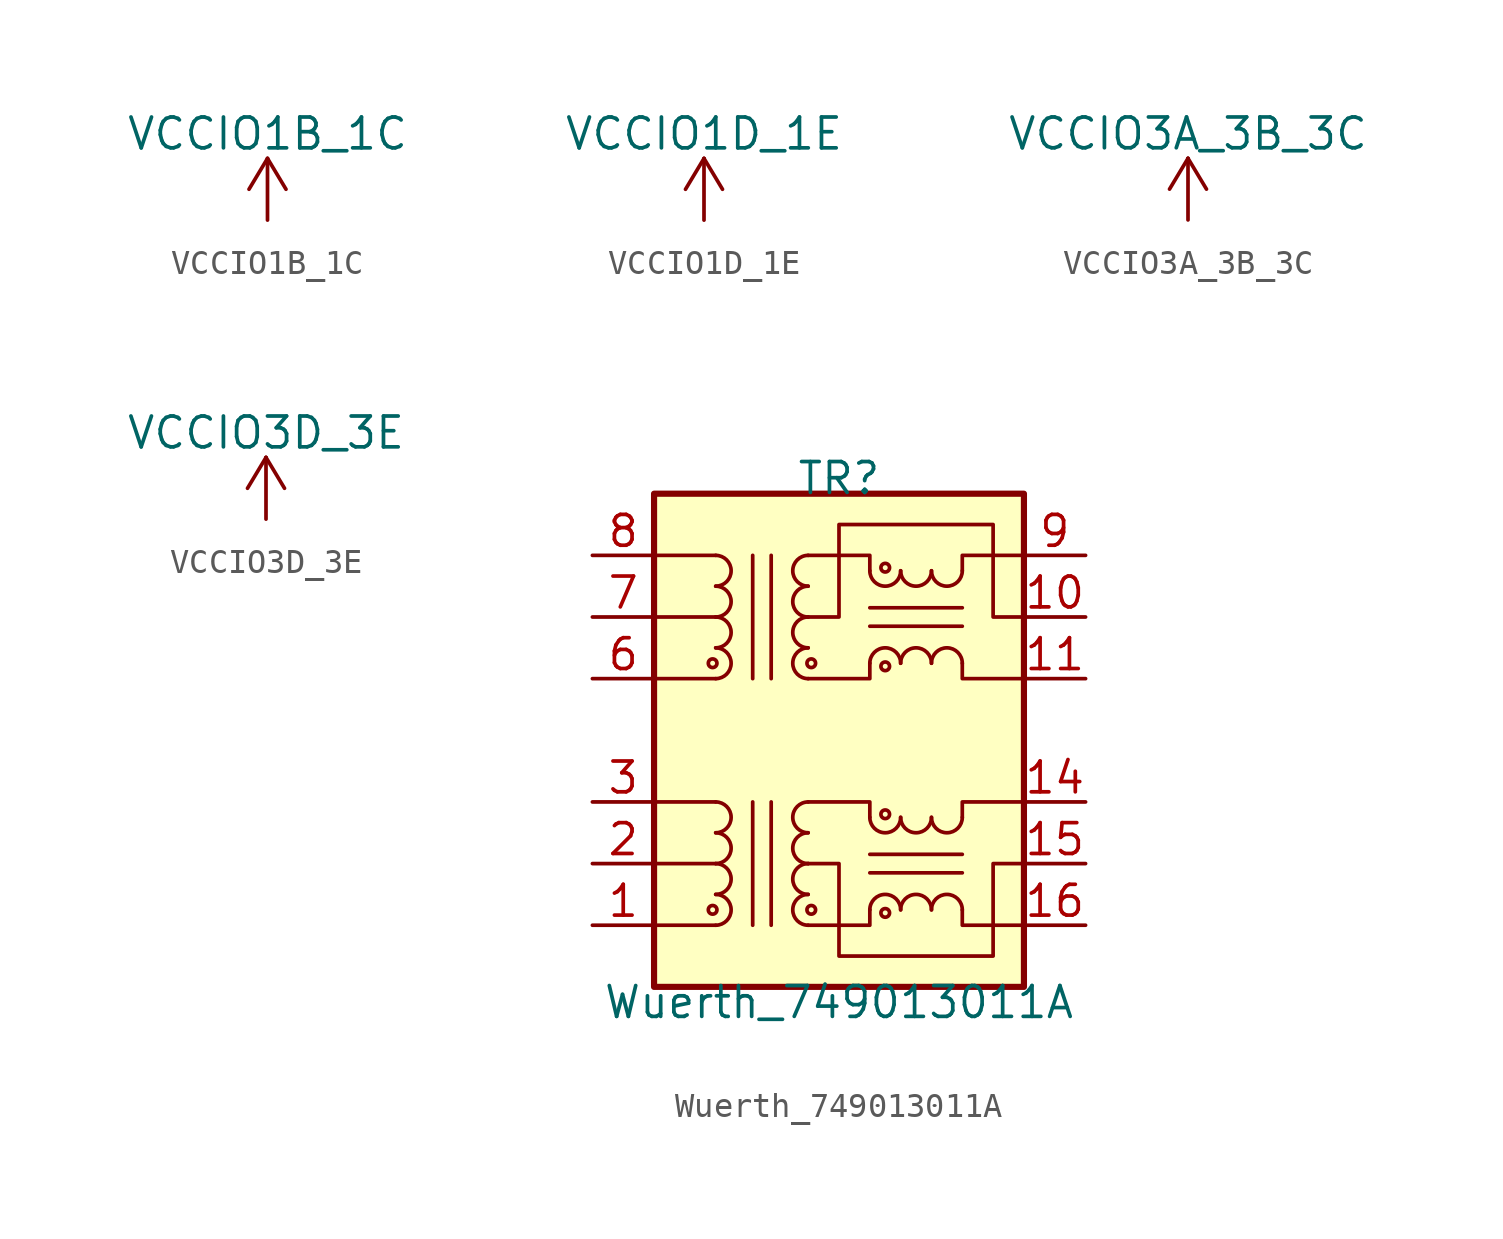
<source format=kicad_sym>
(kicad_symbol_lib
  (version 20220914)
  (generator kicad_symbol_editor)
  (symbol "VCCIO1B_1C"
    (power)
    (pin_names
      (offset 0))
    (property "Reference" "#PWR"
      (at 0 -3.81 0)
      (effects (font (size 1.27 1.27)) hide))
    (property "Value" "VCCIO1B_1C"
      (at 0 3.556 0)
      (effects (font (size 1.27 1.27))))
    (symbol "VCCIO1B_1C_0_1"
      (polyline (pts (xy -0.762 1.27) (xy 0 2.54)) (stroke (width 0) (type default)) (fill (type none)))
      (polyline (pts (xy 0 0) (xy 0 2.54)) (stroke (width 0) (type default)) (fill (type none)))
      (polyline (pts (xy 0 2.54) (xy 0.762 1.27)) (stroke (width 0) (type default)) (fill (type none))))
    (symbol "VCCIO1B_1C_1_1"
      (pin power_in line (at 0 0 90) (length 0) hide (name "VCCIO1B_1C" (effects (font (size 1.27 1.27)))) (number "1" (effects (font (size 1.27 1.27)))))))
  (symbol "VCCIO1D_1E"
    (power)
    (pin_names
      (offset 0))
    (property "Reference" "#PWR"
      (at 0 -3.81 0)
      (effects (font (size 1.27 1.27)) hide))
    (property "Value" "VCCIO1D_1E"
      (at 0 3.556 0)
      (effects (font (size 1.27 1.27))))
    (symbol "VCCIO1D_1E_0_1"
      (polyline (pts (xy -0.762 1.27) (xy 0 2.54)) (stroke (width 0) (type default)) (fill (type none)))
      (polyline (pts (xy 0 0) (xy 0 2.54)) (stroke (width 0) (type default)) (fill (type none)))
      (polyline (pts (xy 0 2.54) (xy 0.762 1.27)) (stroke (width 0) (type default)) (fill (type none))))
    (symbol "VCCIO1D_1E_1_1"
      (pin power_in line (at 0 0 90) (length 0) hide (name "VCCIO1D_1E" (effects (font (size 1.27 1.27)))) (number "1" (effects (font (size 1.27 1.27)))))))
  (symbol "VCCIO3A_3B_3C"
    (power)
    (pin_names
      (offset 0))
    (property "Reference" "#PWR"
      (at 0 -3.81 0)
      (effects (font (size 1.27 1.27)) hide))
    (property "Value" "VCCIO3A_3B_3C"
      (at 0 3.556 0)
      (effects (font (size 1.27 1.27))))
    (symbol "VCCIO3A_3B_3C_0_1"
      (polyline (pts (xy -0.762 1.27) (xy 0 2.54)) (stroke (width 0) (type default)) (fill (type none)))
      (polyline (pts (xy 0 0) (xy 0 2.54)) (stroke (width 0) (type default)) (fill (type none)))
      (polyline (pts (xy 0 2.54) (xy 0.762 1.27)) (stroke (width 0) (type default)) (fill (type none))))
    (symbol "VCCIO3A_3B_3C_1_1"
      (pin power_in line (at 0 0 90) (length 0) hide (name "VCCIO3A_3B_3C" (effects (font (size 1.27 1.27)))) (number "1" (effects (font (size 1.27 1.27)))))))
  (symbol "VCCIO3D_3E"
    (power)
    (pin_names
      (offset 0))
    (property "Reference" "#PWR"
      (at 0 -3.81 0)
      (effects (font (size 1.27 1.27)) hide))
    (property "Value" "VCCIO3D_3E"
      (at 0 3.556 0)
      (effects (font (size 1.27 1.27))))
    (symbol "VCCIO3D_3E_0_1"
      (polyline (pts (xy -0.762 1.27) (xy 0 2.54)) (stroke (width 0) (type default)) (fill (type none)))
      (polyline (pts (xy 0 0) (xy 0 2.54)) (stroke (width 0) (type default)) (fill (type none)))
      (polyline (pts (xy 0 2.54) (xy 0.762 1.27)) (stroke (width 0) (type default)) (fill (type none))))
    (symbol "VCCIO3D_3E_1_1"
      (pin power_in line (at 0 0 90) (length 0) hide (name "VCCIO3D_3E" (effects (font (size 1.27 1.27)))) (number "1" (effects (font (size 1.27 1.27)))))))
  (symbol "Wuerth_749013011A"
    (pin_names hide)
    (property "Reference" "TR"
      (at 0 10.795 0)
      (effects (font (size 1.27 1.27))))
    (property "Value" "Wuerth_749013011A"
      (at 0 -10.795 0)
      (effects (font (size 1.27 1.27))))
    (symbol "Wuerth_749013011A_0_1"
      (rectangle (start -7.62 10.16) (end 7.62 -10.16) (stroke (width 0.254) (type default)) (fill (type background)))
      (circle (center -5.207 3.175) (radius 0.178) (stroke (width 0) (type default)) (fill (type none)))
      (arc (start -5.08 6.35) (mid -4.4477 6.985) (end -5.08 7.62) (stroke (width 0) (type default)) (fill (type none)))
      (polyline (pts (xy -5.08 2.54) (xy -7.62 2.54)) (stroke (width 0) (type default)) (fill (type none)))
      (polyline (pts (xy -5.08 5.08) (xy -7.62 5.08)) (stroke (width 0) (type default)) (fill (type none)))
      (polyline (pts (xy -5.08 7.62) (xy -7.62 7.62)) (stroke (width 0) (type default)) (fill (type none)))
      (polyline (pts (xy -3.556 -2.54) (xy -3.556 -7.62)) (stroke (width 0) (type default)) (fill (type none)))
      (polyline (pts (xy -3.556 2.54) (xy -3.556 7.62)) (stroke (width 0) (type default)) (fill (type none)))
      (polyline (pts (xy -2.794 -7.62) (xy -2.794 -2.54)) (stroke (width 0) (type default)) (fill (type none)))
      (polyline (pts (xy -2.794 7.62) (xy -2.794 2.54)) (stroke (width 0) (type default)) (fill (type none)))
      (polyline (pts (xy 1.27 4.699) (xy 5.08 4.699)) (stroke (width 0) (type default)) (fill (type none)))
      (polyline (pts (xy 1.27 5.461) (xy 5.08 5.461)) (stroke (width 0) (type default)) (fill (type none)))
      (polyline (pts (xy -1.27 2.54) (xy 1.27 2.54) (xy 1.27 3.175)) (stroke (width 0) (type default)) (fill (type none)))
      (polyline (pts (xy 1.27 6.985) (xy 1.27 7.62) (xy -1.27 7.62)) (stroke (width 0) (type default)) (fill (type none)))
      (polyline (pts (xy 5.08 3.175) (xy 5.08 2.54) (xy 7.62 2.54)) (stroke (width 0) (type default)) (fill (type none)))
      (polyline (pts (xy 5.08 6.985) (xy 5.08 7.62) (xy 7.62 7.62)) (stroke (width 0) (type default)) (fill (type none)))
      (polyline (pts (xy -1.27 5.08) (xy 0 5.08) (xy 0 8.89) (xy 6.35 8.89) (xy 6.35 5.08) (xy 7.62 5.08)) (stroke (width 0) (type default)) (fill (type none))))
    (symbol "Wuerth_749013011A_1_1"
      (circle (center -5.207 -6.985) (radius 0.178) (stroke (width 0) (type default)) (fill (type none)))
      (arc (start -5.08 -7.62) (mid -4.4477 -6.985) (end -5.08 -6.35) (stroke (width 0) (type default)) (fill (type none)))
      (arc (start -5.08 -6.35) (mid -4.4477 -5.715) (end -5.08 -5.08) (stroke (width 0) (type default)) (fill (type none)))
      (arc (start -5.08 -5.08) (mid -4.4477 -4.445) (end -5.08 -3.81) (stroke (width 0) (type default)) (fill (type none)))
      (arc (start -5.08 -3.81) (mid -4.4477 -3.175) (end -5.08 -2.54) (stroke (width 0) (type default)) (fill (type none)))
      (arc (start -5.08 2.54) (mid -4.4477 3.175) (end -5.08 3.81) (stroke (width 0) (type default)) (fill (type none)))
      (arc (start -5.08 3.81) (mid -4.4477 4.445) (end -5.08 5.08) (stroke (width 0) (type default)) (fill (type none)))
      (arc (start -5.08 5.08) (mid -4.4477 5.715) (end -5.08 6.35) (stroke (width 0) (type default)) (fill (type none)))
      (arc (start -1.27 -6.35) (mid -1.9023 -6.985) (end -1.27 -7.62) (stroke (width 0) (type default)) (fill (type none)))
      (arc (start -1.27 -5.08) (mid -1.9023 -5.715) (end -1.27 -6.35) (stroke (width 0) (type default)) (fill (type none)))
      (arc (start -1.27 -3.81) (mid -1.9023 -4.445) (end -1.27 -5.08) (stroke (width 0) (type default)) (fill (type none)))
      (arc (start -1.27 -2.54) (mid -1.9023 -3.175) (end -1.27 -3.81) (stroke (width 0) (type default)) (fill (type none)))
      (arc (start -1.27 3.81) (mid -1.9023 3.175) (end -1.27 2.54) (stroke (width 0) (type default)) (fill (type none)))
      (arc (start -1.27 5.08) (mid -1.9023 4.445) (end -1.27 3.81) (stroke (width 0) (type default)) (fill (type none)))
      (arc (start -1.27 6.35) (mid -1.9023 5.715) (end -1.27 5.08) (stroke (width 0) (type default)) (fill (type none)))
      (arc (start -1.27 7.62) (mid -1.9023 6.985) (end -1.27 6.35) (stroke (width 0) (type default)) (fill (type none)))
      (circle (center -1.143 -6.985) (radius 0.178) (stroke (width 0) (type default)) (fill (type none)))
      (circle (center -1.143 3.175) (radius 0.178) (stroke (width 0) (type default)) (fill (type none)))
      (polyline (pts (xy -5.08 -7.62) (xy -7.62 -7.62)) (stroke (width 0) (type default)) (fill (type none)))
      (polyline (pts (xy -5.08 -5.08) (xy -7.62 -5.08)) (stroke (width 0) (type default)) (fill (type none)))
      (polyline (pts (xy -5.08 -2.54) (xy -7.62 -2.54)) (stroke (width 0) (type default)) (fill (type none)))
      (polyline (pts (xy 1.27 -5.461) (xy 5.08 -5.461)) (stroke (width 0) (type default)) (fill (type none)))
      (polyline (pts (xy 1.27 -4.699) (xy 5.08 -4.699)) (stroke (width 0) (type default)) (fill (type none)))
      (polyline (pts (xy -1.27 -7.62) (xy 1.27 -7.62) (xy 1.27 -6.985)) (stroke (width 0) (type default)) (fill (type none)))
      (polyline (pts (xy 1.27 -3.175) (xy 1.27 -2.54) (xy -1.27 -2.54)) (stroke (width 0) (type default)) (fill (type none)))
      (polyline (pts (xy 5.08 -6.985) (xy 5.08 -7.62) (xy 7.62 -7.62)) (stroke (width 0) (type default)) (fill (type none)))
      (polyline (pts (xy 5.08 -3.175) (xy 5.08 -2.54) (xy 7.62 -2.54)) (stroke (width 0) (type default)) (fill (type none)))
      (polyline (pts (xy 7.62 -5.08) (xy 6.35 -5.08) (xy 6.35 -8.89) (xy 0 -8.89) (xy 0 -5.08) (xy -1.27 -5.08)) (stroke (width 0) (type default)) (fill (type none)))
      (arc (start 1.27 -3.175) (mid 1.905 -3.8073) (end 2.54 -3.175) (stroke (width 0) (type default)) (fill (type none)))
      (arc (start 1.27 6.985) (mid 1.905 6.3527) (end 2.54 6.985) (stroke (width 0) (type default)) (fill (type none)))
      (circle (center 1.905 -7.112) (radius 0.178) (stroke (width 0) (type default)) (fill (type none)))
      (circle (center 1.905 -3.048) (radius 0.178) (stroke (width 0) (type default)) (fill (type none)))
      (circle (center 1.905 3.048) (radius 0.178) (stroke (width 0) (type default)) (fill (type none)))
      (circle (center 1.905 7.112) (radius 0.178) (stroke (width 0) (type default)) (fill (type none)))
      (arc (start 2.54 -6.985) (mid 1.905 -6.3527) (end 1.27 -6.985) (stroke (width 0) (type default)) (fill (type none)))
      (arc (start 2.54 -3.175) (mid 3.175 -3.8073) (end 3.81 -3.175) (stroke (width 0) (type default)) (fill (type none)))
      (arc (start 2.54 3.175) (mid 1.905 3.8073) (end 1.27 3.175) (stroke (width 0) (type default)) (fill (type none)))
      (arc (start 2.54 6.985) (mid 3.175 6.3527) (end 3.81 6.985) (stroke (width 0) (type default)) (fill (type none)))
      (arc (start 3.81 -6.985) (mid 3.175 -6.3527) (end 2.54 -6.985) (stroke (width 0) (type default)) (fill (type none)))
      (arc (start 3.81 -3.175) (mid 4.445 -3.8073) (end 5.08 -3.175) (stroke (width 0) (type default)) (fill (type none)))
      (arc (start 3.81 3.175) (mid 3.175 3.8073) (end 2.54 3.175) (stroke (width 0) (type default)) (fill (type none)))
      (arc (start 3.81 6.985) (mid 4.445 6.3527) (end 5.08 6.985) (stroke (width 0) (type default)) (fill (type none)))
      (arc (start 5.08 -6.985) (mid 4.445 -6.3527) (end 3.81 -6.985) (stroke (width 0) (type default)) (fill (type none)))
      (arc (start 5.08 3.175) (mid 4.445 3.8073) (end 3.81 3.175) (stroke (width 0) (type default)) (fill (type none)))
      (pin passive line (at -10.16 -7.62 0) (length 2.54) (name "TD+" (effects (font (size 1.27 1.27)))) (number "1" (effects (font (size 1.27 1.27)))))
      (pin passive line (at 10.16 5.08 180) (length 2.54) (name "C_RX" (effects (font (size 1.27 1.27)))) (number "10" (effects (font (size 1.27 1.27)))))
      (pin passive line (at 10.16 2.54 180) (length 2.54) (name "RX+" (effects (font (size 1.27 1.27)))) (number "11" (effects (font (size 1.27 1.27)))))
      (pin no_connect line (at 2.54 -1.27 0) (length 2.54) hide (name "NC" (effects (font (size 1.27 1.27)))) (number "12" (effects (font (size 1.27 1.27)))))
      (pin no_connect line (at 2.54 -3.81 0) (length 2.54) hide (name "NC" (effects (font (size 1.27 1.27)))) (number "13" (effects (font (size 1.27 1.27)))))
      (pin passive line (at 10.16 -2.54 180) (length 2.54) (name "TX-" (effects (font (size 1.27 1.27)))) (number "14" (effects (font (size 1.27 1.27)))))
      (pin passive line (at 10.16 -5.08 180) (length 2.54) (name "C_TX" (effects (font (size 1.27 1.27)))) (number "15" (effects (font (size 1.27 1.27)))))
      (pin passive line (at 10.16 -7.62 180) (length 2.54) (name "TX+" (effects (font (size 1.27 1.27)))) (number "16" (effects (font (size 1.27 1.27)))))
      (pin passive line (at -10.16 -5.08 0) (length 2.54) (name "C_TD" (effects (font (size 1.27 1.27)))) (number "2" (effects (font (size 1.27 1.27)))))
      (pin passive line (at -10.16 -2.54 0) (length 2.54) (name "TD-" (effects (font (size 1.27 1.27)))) (number "3" (effects (font (size 1.27 1.27)))))
      (pin no_connect line (at 2.54 3.81 0) (length 2.54) hide (name "NC" (effects (font (size 1.27 1.27)))) (number "4" (effects (font (size 1.27 1.27)))))
      (pin no_connect line (at 2.54 1.27 0) (length 2.54) hide (name "NC" (effects (font (size 1.27 1.27)))) (number "5" (effects (font (size 1.27 1.27)))))
      (pin passive line (at -10.16 2.54 0) (length 2.54) (name "RD+" (effects (font (size 1.27 1.27)))) (number "6" (effects (font (size 1.27 1.27)))))
      (pin passive line (at -10.16 5.08 0) (length 2.54) (name "C_RD" (effects (font (size 1.27 1.27)))) (number "7" (effects (font (size 1.27 1.27)))))
      (pin passive line (at -10.16 7.62 0) (length 2.54) (name "RD-" (effects (font (size 1.27 1.27)))) (number "8" (effects (font (size 1.27 1.27)))))
      (pin passive line (at 10.16 7.62 180) (length 2.54) (name "RX-" (effects (font (size 1.27 1.27)))) (number "9" (effects (font (size 1.27 1.27))))))))
</source>
